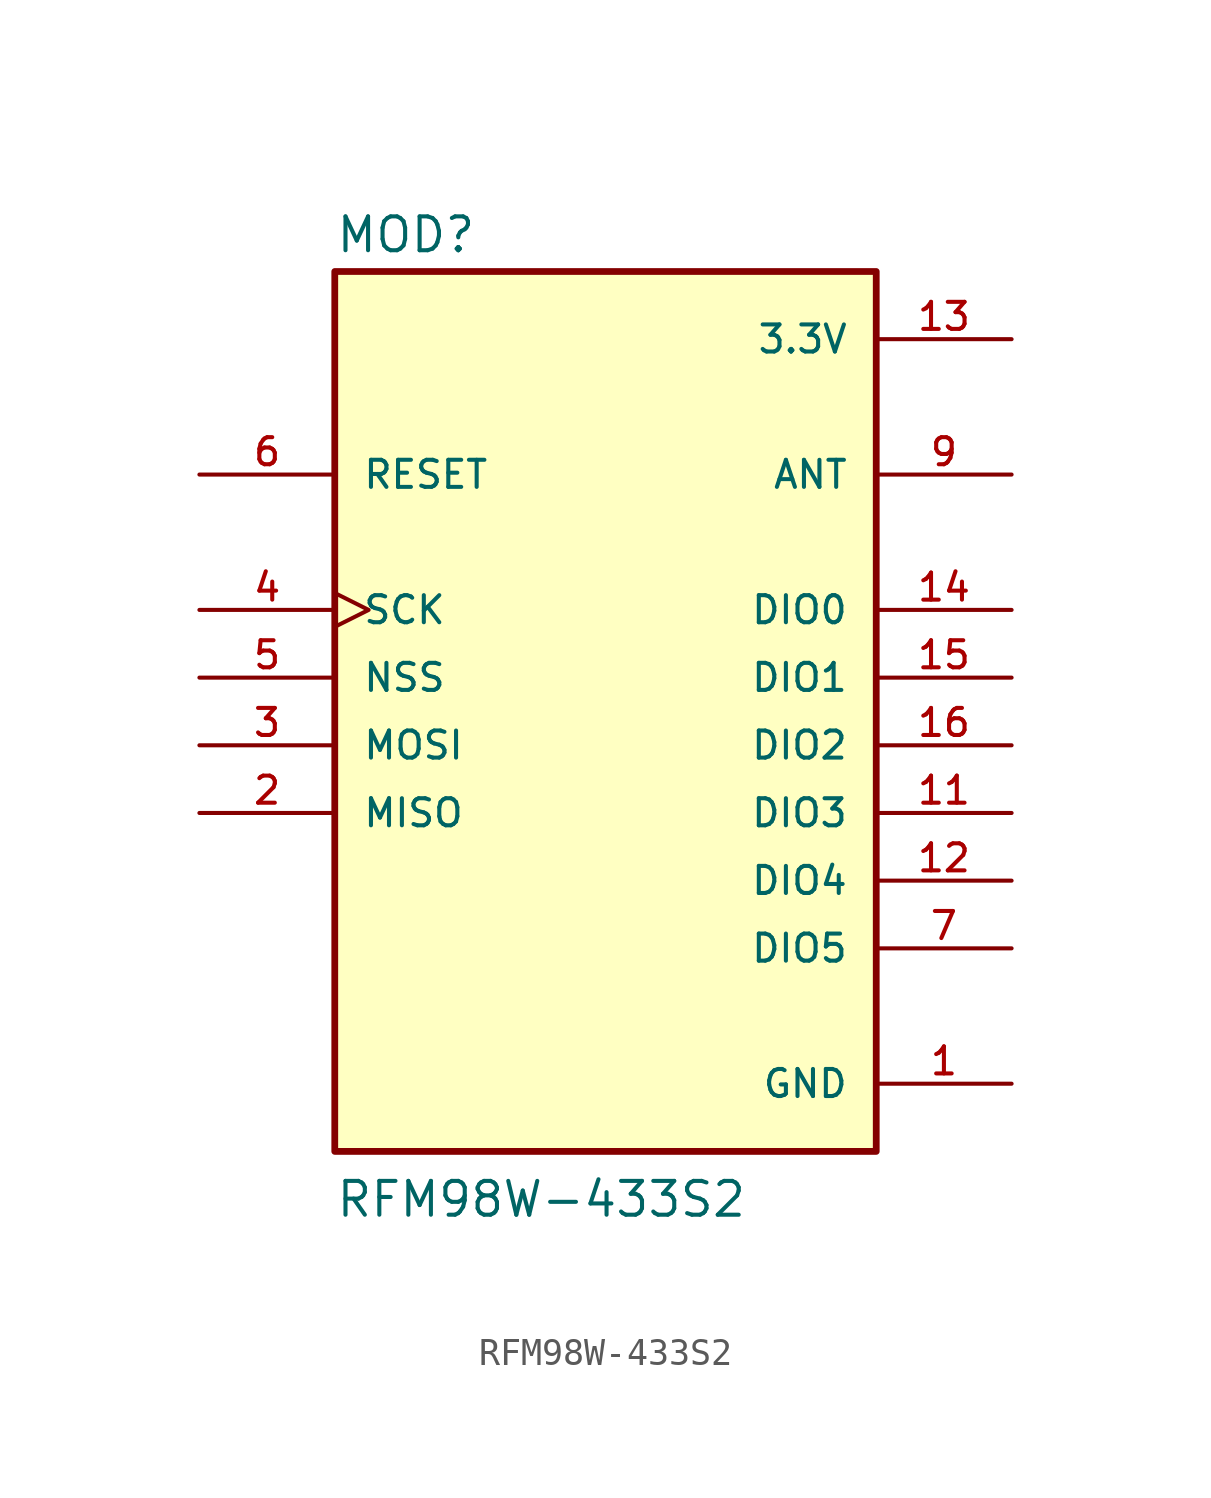
<source format=kicad_sym>
(kicad_symbol_lib
  (version 20211014)
  (generator kicad_symbol_editor)
  (symbol "RFM98W-433S2"
    (pin_names
      (offset 1.016))
    (property "Reference" "MOD"
      (at -10.16 18.415 0)
      (effects (font (size 1.27 1.27)) (justify bottom left)))
    (property "Value" "RFM98W-433S2"
      (at -10.16 -17.78 0)
      (effects (font (size 1.27 1.27)) (justify bottom left)))
    (symbol "RFM98W-433S2_0_0"
      (rectangle (start -10.16 -15.24) (end 10.16 17.78) (stroke (width 0.254)) (fill (type background)))
      (pin power_in line (at 15.24 -12.7 180.0) (length 5.08) (name "GND" (effects (font (size 1.016 1.016)))) (number "1" (effects (font (size 1.016 1.016)))))
      (pin power_in line (at 15.24 -12.7 180.0) (length 5.08) hide (name "GND" (effects (font (size 1.016 1.016)))) (number "1_1" (effects (font (size 1.016 1.016)))))
      (pin power_in line (at 15.24 -12.7 180.0) (length 5.08) hide (name "GND" (effects (font (size 1.016 1.016)))) (number "8" (effects (font (size 1.016 1.016)))))
      (pin power_in line (at 15.24 -12.7 180.0) (length 5.08) hide (name "GND" (effects (font (size 1.016 1.016)))) (number "8_1" (effects (font (size 1.016 1.016)))))
      (pin power_in line (at 15.24 -12.7 180.0) (length 5.08) hide (name "GND" (effects (font (size 1.016 1.016)))) (number "10" (effects (font (size 1.016 1.016)))))
      (pin power_in line (at 15.24 -12.7 180.0) (length 5.08) hide (name "GND" (effects (font (size 1.016 1.016)))) (number "10_1" (effects (font (size 1.016 1.016)))))
      (pin output line (at -15.24 -2.54 0) (length 5.08) (name "MISO" (effects (font (size 1.016 1.016)))) (number "2" (effects (font (size 1.016 1.016)))))
      (pin output line (at -15.24 -2.54 0) (length 5.08) hide (name "MISO" (effects (font (size 1.016 1.016)))) (number "2_1" (effects (font (size 1.016 1.016)))))
      (pin input line (at -15.24 0.0 0) (length 5.08) (name "MOSI" (effects (font (size 1.016 1.016)))) (number "3" (effects (font (size 1.016 1.016)))))
      (pin input line (at -15.24 0.0 0) (length 5.08) hide (name "MOSI" (effects (font (size 1.016 1.016)))) (number "3_1" (effects (font (size 1.016 1.016)))))
      (pin input clock (at -15.24 5.08 0) (length 5.08) (name "SCK" (effects (font (size 1.016 1.016)))) (number "4" (effects (font (size 1.016 1.016)))))
      (pin input clock (at -15.24 5.08 0) (length 5.08) hide (name "SCK" (effects (font (size 1.016 1.016)))) (number "4_1" (effects (font (size 1.016 1.016)))))
      (pin input line (at -15.24 2.54 0) (length 5.08) (name "NSS" (effects (font (size 1.016 1.016)))) (number "5" (effects (font (size 1.016 1.016)))))
      (pin input line (at -15.24 2.54 0) (length 5.08) hide (name "NSS" (effects (font (size 1.016 1.016)))) (number "5_1" (effects (font (size 1.016 1.016)))))
      (pin bidirectional line (at -15.24 10.16 0) (length 5.08) (name "RESET" (effects (font (size 1.016 1.016)))) (number "6" (effects (font (size 1.016 1.016)))))
      (pin bidirectional line (at -15.24 10.16 0) (length 5.08) hide (name "RESET" (effects (font (size 1.016 1.016)))) (number "6_1" (effects (font (size 1.016 1.016)))))
      (pin bidirectional line (at 15.24 -7.62 180.0) (length 5.08) (name "DIO5" (effects (font (size 1.016 1.016)))) (number "7" (effects (font (size 1.016 1.016)))))
      (pin bidirectional line (at 15.24 -7.62 180.0) (length 5.08) hide (name "DIO5" (effects (font (size 1.016 1.016)))) (number "7_1" (effects (font (size 1.016 1.016)))))
      (pin bidirectional line (at 15.24 10.16 180.0) (length 5.08) (name "ANT" (effects (font (size 1.016 1.016)))) (number "9" (effects (font (size 1.016 1.016)))))
      (pin bidirectional line (at 15.24 10.16 180.0) (length 5.08) hide (name "ANT" (effects (font (size 1.016 1.016)))) (number "9_1" (effects (font (size 1.016 1.016)))))
      (pin bidirectional line (at 15.24 -2.54 180.0) (length 5.08) (name "DIO3" (effects (font (size 1.016 1.016)))) (number "11" (effects (font (size 1.016 1.016)))))
      (pin bidirectional line (at 15.24 -2.54 180.0) (length 5.08) hide (name "DIO3" (effects (font (size 1.016 1.016)))) (number "11_1" (effects (font (size 1.016 1.016)))))
      (pin bidirectional line (at 15.24 -5.08 180.0) (length 5.08) (name "DIO4" (effects (font (size 1.016 1.016)))) (number "12" (effects (font (size 1.016 1.016)))))
      (pin bidirectional line (at 15.24 -5.08 180.0) (length 5.08) hide (name "DIO4" (effects (font (size 1.016 1.016)))) (number "12_1" (effects (font (size 1.016 1.016)))))
      (pin power_in line (at 15.24 15.24 180.0) (length 5.08) (name "3.3V" (effects (font (size 1.016 1.016)))) (number "13" (effects (font (size 1.016 1.016)))))
      (pin power_in line (at 15.24 15.24 180.0) (length 5.08) hide (name "3.3V" (effects (font (size 1.016 1.016)))) (number "13_1" (effects (font (size 1.016 1.016)))))
      (pin bidirectional line (at 15.24 5.08 180.0) (length 5.08) (name "DIO0" (effects (font (size 1.016 1.016)))) (number "14" (effects (font (size 1.016 1.016)))))
      (pin bidirectional line (at 15.24 5.08 180.0) (length 5.08) hide (name "DIO0" (effects (font (size 1.016 1.016)))) (number "14_1" (effects (font (size 1.016 1.016)))))
      (pin bidirectional line (at 15.24 2.54 180.0) (length 5.08) (name "DIO1" (effects (font (size 1.016 1.016)))) (number "15" (effects (font (size 1.016 1.016)))))
      (pin bidirectional line (at 15.24 2.54 180.0) (length 5.08) hide (name "DIO1" (effects (font (size 1.016 1.016)))) (number "15_1" (effects (font (size 1.016 1.016)))))
      (pin bidirectional line (at 15.24 0.0 180.0) (length 5.08) (name "DIO2" (effects (font (size 1.016 1.016)))) (number "16" (effects (font (size 1.016 1.016)))))
      (pin bidirectional line (at 15.24 0.0 180.0) (length 5.08) hide (name "DIO2" (effects (font (size 1.016 1.016)))) (number "16_1" (effects (font (size 1.016 1.016))))))))
</source>
